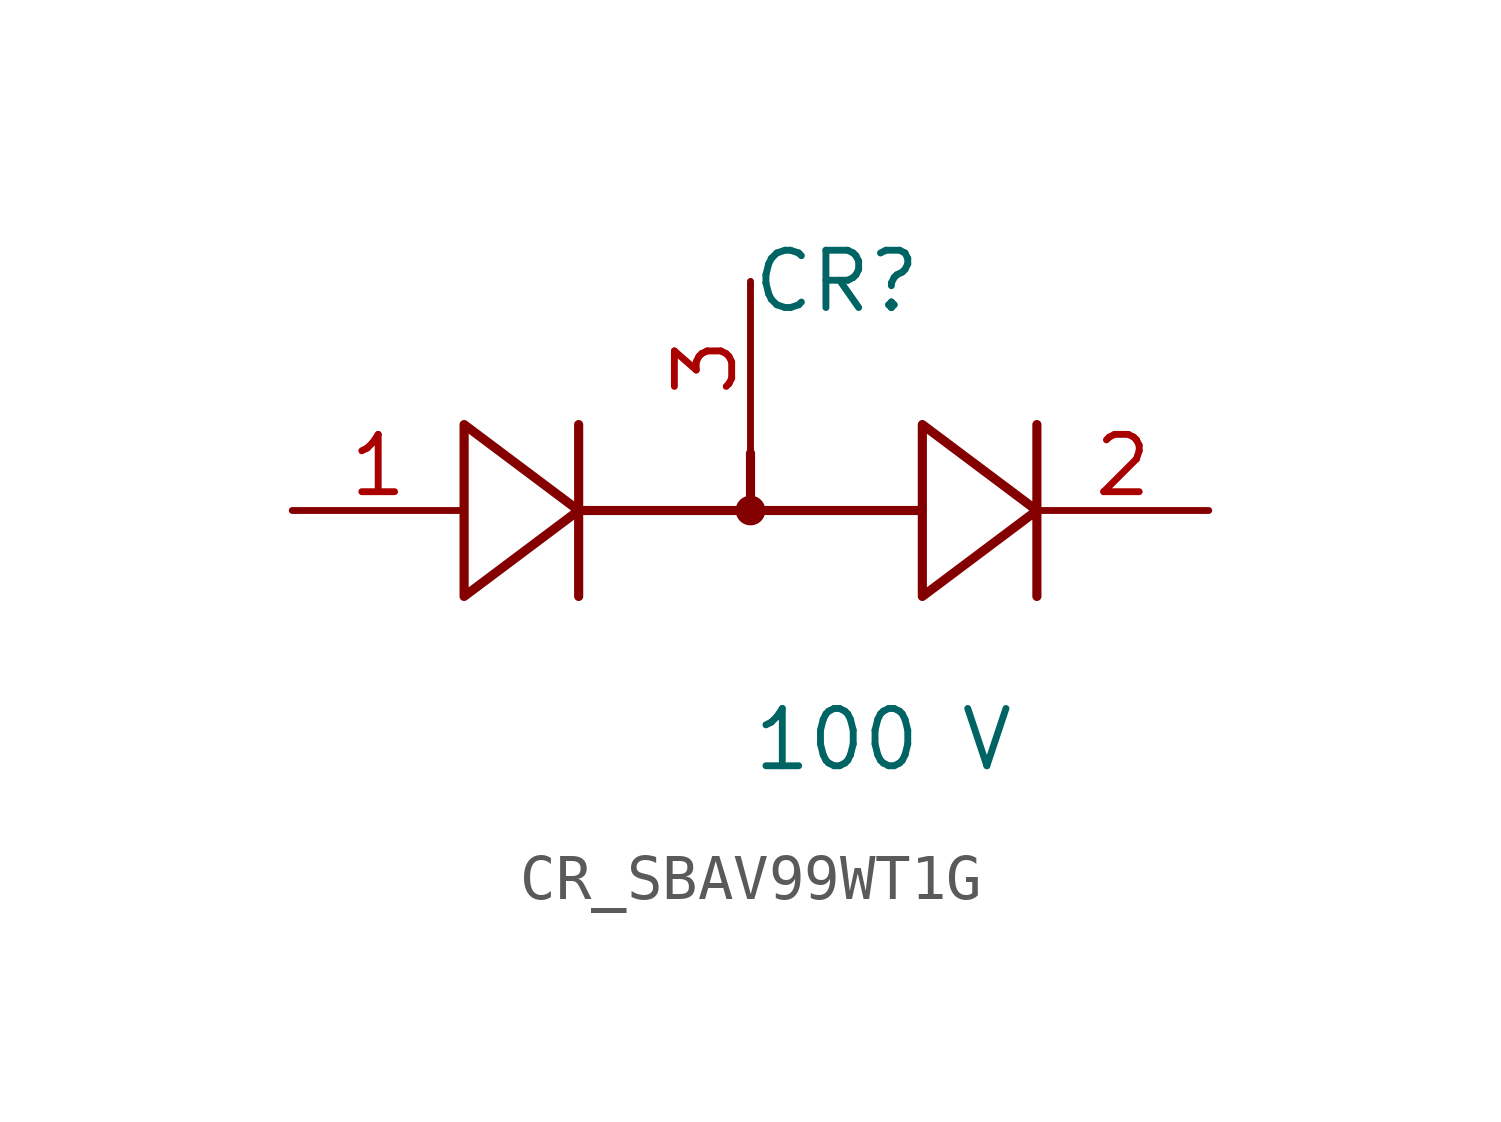
<source format=kicad_sym>
(kicad_symbol_lib
  (version 20231120)
  (generator kicad_symbol_editor)
  (generator_version 8.0)
  (symbol "CR_SBAV99WT1G"
    (pin_names
      (offset 0.254))
    (property "Reference" "CR"
      (at 0 5.08 0)
      (effects (font (size 1.27 1.27)) (justify left)))
    (property "Value" "100 V"
      (at 0 -5.08 0)
      (effects (font (size 1.27 1.27)) (justify left)))
    (symbol "CR_SBAV99WT1G_1_0"
      (polyline (pts (xy 6.35 1.905) (xy 6.35 0) (xy 3.81 1.905) (xy 3.81 0) (xy 0 0) (xy 0 1.27) (xy 0 0) (xy -3.81 0) (xy -3.81 1.905) (xy -3.81 0) (xy -6.35 1.905) (xy -6.35 -1.905) (xy -3.81 0) (xy -3.81 -1.905) (xy -3.81 0) (xy 3.81 0) (xy 3.81 -1.905) (xy 6.35 0) (xy 6.35 -1.905)) (stroke (width 0.203) (type default)) (fill (type none)))
      (circle (center 0 0) (radius 0.254) (stroke (width 0) (type default)) (fill (type outline)))
      (pin unspecified line (at -10.16 0 0) (length 3.81) (name "" (effects (font (size 1.27 1.27)))) (number "1" (effects (font (size 1.27 1.27)))))
      (pin unspecified line (at 10.16 0 180) (length 3.81) (name "" (effects (font (size 1.27 1.27)))) (number "2" (effects (font (size 1.27 1.27)))))
      (pin unspecified line (at 0 5.08 270) (length 3.81) (name "" (effects (font (size 1.27 1.27)))) (number "3" (effects (font (size 1.27 1.27))))))))
</source>
